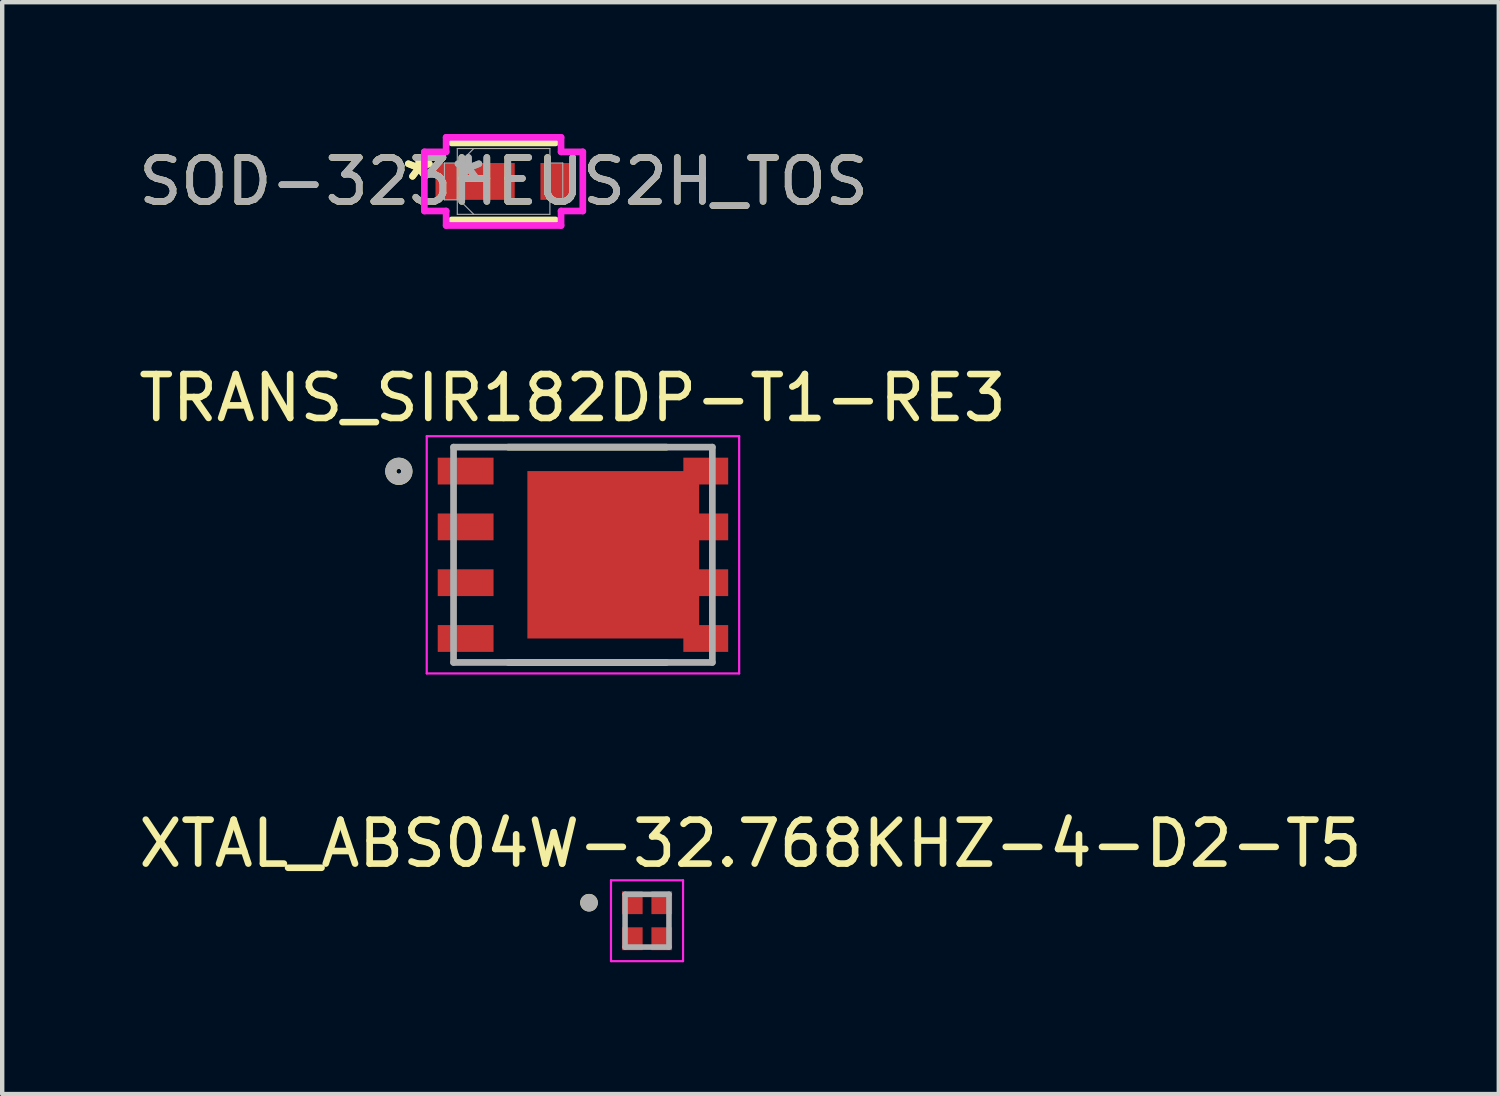
<source format=kicad_pcb>
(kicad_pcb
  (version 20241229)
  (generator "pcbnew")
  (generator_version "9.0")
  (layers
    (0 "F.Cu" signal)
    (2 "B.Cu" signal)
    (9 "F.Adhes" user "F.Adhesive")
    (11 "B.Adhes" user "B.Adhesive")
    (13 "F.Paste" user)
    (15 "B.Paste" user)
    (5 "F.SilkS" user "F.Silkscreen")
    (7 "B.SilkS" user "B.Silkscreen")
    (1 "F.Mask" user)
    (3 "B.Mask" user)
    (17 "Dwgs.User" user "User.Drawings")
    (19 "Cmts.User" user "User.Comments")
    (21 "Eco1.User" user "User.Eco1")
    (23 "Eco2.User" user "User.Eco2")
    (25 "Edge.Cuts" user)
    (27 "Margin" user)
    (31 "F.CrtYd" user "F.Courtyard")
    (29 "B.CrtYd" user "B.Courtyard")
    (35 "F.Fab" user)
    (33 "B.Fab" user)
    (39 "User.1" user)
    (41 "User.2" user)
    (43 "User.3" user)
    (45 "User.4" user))
  (footprint "XTAL_ABS04W-32.768KHZ-4-D2-T5"
    (layer "F.Cu")
    (at 11.675 17.904)
    (property "Reference" "XTAL_ABS04W-32.768KHZ-4-D2-T5" (at 2.355 -1.755 0) (layer "F.SilkS") (effects (font (size 1 1) (thickness 0.15))))
    (attr smd)
    (fp_circle (center -1.32 -0.41) (end -1.22 -0.41) (stroke (width 0.2) (type solid)) (fill no) (layer "F.SilkS"))
    (fp_line (start -0.82 -0.92) (end -0.82 0.92) (stroke (width 0.05) (type solid)) (layer "F.CrtYd"))
    (fp_line (start -0.82 -0.92) (end 0.82 -0.92) (stroke (width 0.05) (type solid)) (layer "F.CrtYd"))
    (fp_line (start 0.82 -0.92) (end 0.82 0.92) (stroke (width 0.05) (type solid)) (layer "F.CrtYd"))
    (fp_line (start 0.82 0.92) (end -0.82 0.92) (stroke (width 0.05) (type solid)) (layer "F.CrtYd"))
    (fp_line (start -0.5 -0.6) (end -0.5 0.6) (stroke (width 0.127) (type solid)) (layer "F.Fab"))
    (fp_line (start -0.5 -0.6) (end 0.5 -0.6) (stroke (width 0.127) (type solid)) (layer "F.Fab"))
    (fp_line (start 0.5 -0.6) (end 0.5 0.6) (stroke (width 0.127) (type solid)) (layer "F.Fab"))
    (fp_line (start 0.5 0.6) (end -0.5 0.6) (stroke (width 0.127) (type solid)) (layer "F.Fab"))
    (fp_circle (center -1.32 -0.41) (end -1.22 -0.41) (stroke (width 0.2) (type solid)) (fill no) (layer "F.Fab"))
    (pad "1" smd rect (at -0.335 -0.41) (size 0.47 0.52) (layers "F.Cu" "F.Mask" "F.Paste"))
    (pad "2" smd rect (at -0.335 0.41) (size 0.47 0.52) (layers "F.Cu" "F.Mask" "F.Paste"))
    (pad "3" smd rect (at 0.335 0.41) (size 0.47 0.52) (layers "F.Cu" "F.Mask" "F.Paste"))
    (pad "4" smd rect (at 0.335 -0.41) (size 0.47 0.52) (layers "F.Cu" "F.Mask" "F.Paste")))
  (footprint "TRANS_SIR182DP-T1-RE3"
    (layer "F.Cu")
    (at 10.217 9.576)
    (property "Reference" "TRANS_SIR182DP-T1-RE3" (at -0.235 -3.569 0) (layer "F.SilkS") (effects (font (size 1 1) (thickness 0.15))))
    (attr smd)
    (fp_line (start -1.7 -2.45) (end 1.9 -2.45) (stroke (width 0.152) (type solid)) (layer "F.SilkS"))
    (fp_line (start -1.7 2.45) (end 1.9 2.45) (stroke (width 0.152) (type solid)) (layer "F.SilkS"))
    (fp_circle (center -4.19 -1.9) (end -4.134 -1.9) (stroke (width 0.254) (type solid)) (fill no) (layer "F.SilkS"))
    (fp_poly (pts (xy -0.65 -1.38) (xy 2.03 -1.38) (xy 2.03 1.38) (xy -0.65 1.38)) (stroke (width 0.01) (type solid)) (fill yes) (layer "F.Paste"))
    (fp_line (start -3.555 -2.7) (end 3.555 -2.7) (stroke (width 0.05) (type solid)) (layer "F.CrtYd"))
    (fp_line (start -3.555 2.7) (end -3.555 -2.7) (stroke (width 0.05) (type solid)) (layer "F.CrtYd"))
    (fp_line (start 3.555 -2.7) (end 3.555 2.7) (stroke (width 0.05) (type solid)) (layer "F.CrtYd"))
    (fp_line (start 3.555 2.7) (end -3.555 2.7) (stroke (width 0.05) (type solid)) (layer "F.CrtYd"))
    (fp_line (start -2.945 -2.45) (end 2.945 -2.45) (stroke (width 0.152) (type solid)) (layer "F.Fab"))
    (fp_line (start -2.945 2.45) (end -2.945 -2.45) (stroke (width 0.152) (type solid)) (layer "F.Fab"))
    (fp_line (start 2.945 -2.45) (end 2.945 2.45) (stroke (width 0.152) (type solid)) (layer "F.Fab"))
    (fp_line (start 2.945 2.45) (end -2.945 2.45) (stroke (width 0.152) (type solid)) (layer "F.Fab"))
    (fp_circle (center -4.19 -1.9) (end -4.134 -1.9) (stroke (width 0.254) (type solid)) (fill no) (layer "F.Fab"))
    (pad "1" smd rect (at -2.67 -1.905) (size 1.27 0.61) (layers "F.Cu" "F.Mask" "F.Paste"))
    (pad "2" smd rect (at -2.67 -0.635) (size 1.27 0.61) (layers "F.Cu" "F.Mask" "F.Paste"))
    (pad "3" smd rect (at -2.67 0.635) (size 1.27 0.61) (layers "F.Cu" "F.Mask" "F.Paste"))
    (pad "4" smd rect (at -2.67 1.905) (size 1.27 0.61) (layers "F.Cu" "F.Mask" "F.Paste"))
    (pad "5" smd rect (at 2.795 1.905) (size 1.02 0.61) (layers "F.Cu" "F.Mask" "F.Paste"))
    (pad "6" smd rect (at 2.795 0.635) (size 1.02 0.61) (layers "F.Cu" "F.Mask" "F.Paste"))
    (pad "7" smd rect (at 2.795 -0.635) (size 1.02 0.61) (layers "F.Cu" "F.Mask" "F.Paste"))
    (pad "8" smd rect (at 2.795 -1.905) (size 1.02 0.61) (layers "F.Cu" "F.Mask" "F.Paste"))
    (pad "9" smd rect (at 0.69 0) (size 3.91 3.81) (layers "F.Cu" "F.Mask")))
  (footprint "SOD-323HEUS2H_TOS"
    (layer "F.Cu")
    (at 8.411 1.079)
    (property "Reference" "SOD-323HEUS2H_TOS" (at 0 0 0) (unlocked yes) (layer "F.SilkS") (effects (font (size 1 1) (thickness 0.15))))
    (attr smd)
    (fp_line (start -1.181 0.876) (end 1.181 0.876) (stroke (width 0.152) (type solid)) (layer "F.SilkS"))
    (fp_line (start 1.181 -0.876) (end -1.181 -0.876) (stroke (width 0.152) (type solid)) (layer "F.SilkS"))
    (fp_line (start -1.803 -0.673) (end -1.308 -0.673) (stroke (width 0.152) (type solid)) (layer "F.CrtYd"))
    (fp_line (start -1.803 0.673) (end -1.803 -0.673) (stroke (width 0.152) (type solid)) (layer "F.CrtYd"))
    (fp_line (start -1.308 -1.003) (end 1.308 -1.003) (stroke (width 0.152) (type solid)) (layer "F.CrtYd"))
    (fp_line (start -1.308 -0.673) (end -1.308 -1.003) (stroke (width 0.152) (type solid)) (layer "F.CrtYd"))
    (fp_line (start -1.308 0.673) (end -1.803 0.673) (stroke (width 0.152) (type solid)) (layer "F.CrtYd"))
    (fp_line (start -1.308 1.003) (end -1.308 0.673) (stroke (width 0.152) (type solid)) (layer "F.CrtYd"))
    (fp_line (start 1.308 -1.003) (end 1.308 -0.673) (stroke (width 0.152) (type solid)) (layer "F.CrtYd"))
    (fp_line (start 1.308 -0.673) (end 1.803 -0.673) (stroke (width 0.152) (type solid)) (layer "F.CrtYd"))
    (fp_line (start 1.308 0.673) (end 1.308 1.003) (stroke (width 0.152) (type solid)) (layer "F.CrtYd"))
    (fp_line (start 1.308 1.003) (end -1.308 1.003) (stroke (width 0.152) (type solid)) (layer "F.CrtYd"))
    (fp_line (start 1.803 -0.673) (end 1.803 0.673) (stroke (width 0.152) (type solid)) (layer "F.CrtYd"))
    (fp_line (start 1.803 0.673) (end 1.308 0.673) (stroke (width 0.152) (type solid)) (layer "F.CrtYd"))
    (fp_line (start -1.346 -0.419) (end -1.346 0.419) (stroke (width 0.025) (type solid)) (layer "F.Fab"))
    (fp_line (start -1.346 0.419) (end -1.054 0.419) (stroke (width 0.025) (type solid)) (layer "F.Fab"))
    (fp_line (start -1.054 -0.749) (end -1.054 0.749) (stroke (width 0.025) (type solid)) (layer "F.Fab"))
    (fp_line (start -1.054 -0.419) (end -1.346 -0.419) (stroke (width 0.025) (type solid)) (layer "F.Fab"))
    (fp_line (start -1.054 -0.375) (end -0.679 -0.749) (stroke (width 0.025) (type solid)) (layer "F.Fab"))
    (fp_line (start -1.054 0.375) (end -0.679 0.749) (stroke (width 0.025) (type solid)) (layer "F.Fab"))
    (fp_line (start -1.054 0.419) (end -1.054 -0.419) (stroke (width 0.025) (type solid)) (layer "F.Fab"))
    (fp_line (start -1.054 0.749) (end 1.054 0.749) (stroke (width 0.025) (type solid)) (layer "F.Fab"))
    (fp_line (start 1.054 -0.749) (end -1.054 -0.749) (stroke (width 0.025) (type solid)) (layer "F.Fab"))
    (fp_line (start 1.054 -0.419) (end 1.054 0.419) (stroke (width 0.025) (type solid)) (layer "F.Fab"))
    (fp_line (start 1.054 0.419) (end 1.346 0.419) (stroke (width 0.025) (type solid)) (layer "F.Fab"))
    (fp_line (start 1.054 0.749) (end 1.054 -0.749) (stroke (width 0.025) (type solid)) (layer "F.Fab"))
    (fp_line (start 1.346 -0.419) (end 1.054 -0.419) (stroke (width 0.025) (type solid)) (layer "F.Fab"))
    (fp_line (start 1.346 0.419) (end 1.346 -0.419) (stroke (width 0.025) (type solid)) (layer "F.Fab"))
    (fp_text user "*" (at -1.93 0 0) (layer "F.SilkS") (effects (font (size 1 1) (thickness 0.15))))
    (fp_text user "*" (at -1.93 0 0) (unlocked yes) (layer "F.SilkS") (effects (font (size 1 1) (thickness 0.15))))
    (fp_text user "${REFERENCE}" (at 0 0 0) (unlocked yes) (layer "F.Fab") (effects (font (size 1 1) (thickness 0.15))))
    (fp_text user "*" (at -0.8 0 0) (unlocked yes) (layer "F.Fab") (effects (font (size 1 1) (thickness 0.15))))
    (fp_text user "*" (at -0.8 0 0) (layer "F.Fab") (effects (font (size 1 1) (thickness 0.15))))
    (pad "1" smd rect (at -0.648 0) (size 1.803 0.838) (layers "F.Cu" "F.Mask" "F.Paste"))
    (pad "2" smd rect (at 1.194 0) (size 0.711 0.838) (layers "F.Cu" "F.Mask" "F.Paste"))
    (zone (net_name "") (layer "F.Cu") (hatch full 0.508) (connect_pads) (min_thickness 0.254) (filled_areas_thickness no) (keepout (tracks not_allowed) (vias not_allowed) (pads allowed) (copperpour not_allowed) (footprints allowed)) (placement (enabled no)) (fill) (polygon (pts (xy 8.716 0.381) (xy 9.198 0.381) (xy 9.198 1.778) (xy 8.716 1.778)))))
  (gr_rect
    (start -3 -3)
    (end 31.06 21.849)
    (stroke (width 0.1) (type default))
    (fill no)
    (layer "Edge.Cuts")))
</source>
